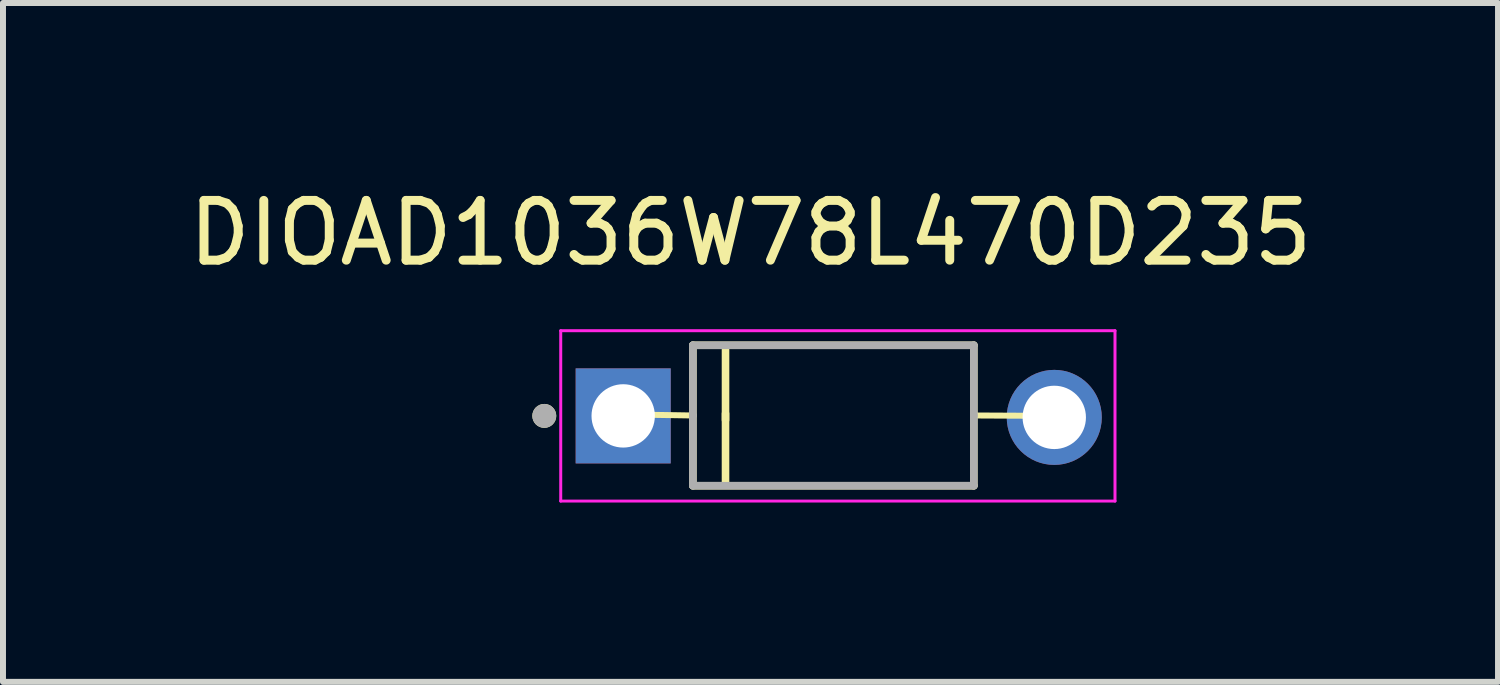
<source format=kicad_pcb>
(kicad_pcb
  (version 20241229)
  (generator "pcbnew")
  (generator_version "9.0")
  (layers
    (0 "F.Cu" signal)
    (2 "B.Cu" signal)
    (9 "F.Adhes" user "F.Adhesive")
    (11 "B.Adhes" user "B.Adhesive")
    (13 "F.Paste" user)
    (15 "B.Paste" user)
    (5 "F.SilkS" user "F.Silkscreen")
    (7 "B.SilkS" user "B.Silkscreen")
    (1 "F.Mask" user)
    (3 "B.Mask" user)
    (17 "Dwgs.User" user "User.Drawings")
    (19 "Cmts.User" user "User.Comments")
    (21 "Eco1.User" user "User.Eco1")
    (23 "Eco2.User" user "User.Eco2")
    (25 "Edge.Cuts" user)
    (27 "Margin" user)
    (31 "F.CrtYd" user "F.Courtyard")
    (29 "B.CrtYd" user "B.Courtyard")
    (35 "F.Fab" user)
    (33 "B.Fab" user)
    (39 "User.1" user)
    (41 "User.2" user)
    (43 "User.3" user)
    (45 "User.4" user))
  (footprint "DIOAD1036W78L470D235"
    (layer "F.Cu")
    (at 12.556 3.908)
    (property "Reference" "DIOAD1036W78L470D235" (at -3.05 -3.06 0) (layer "F.SilkS") (effects (font (size 1 1) (thickness 0.15))))
    (attr through_hole)
    (fp_line (start -4.014 -1.182) (end -4.014 -0.007) (stroke (width 0.127) (type solid)) (layer "F.SilkS"))
    (fp_line (start -4.014 -0.007) (end -5.156 -0.025) (stroke (width 0.1) (type default)) (layer "F.SilkS"))
    (fp_line (start -4.014 -0.007) (end -4.014 1.168) (stroke (width 0.127) (type solid)) (layer "F.SilkS"))
    (fp_line (start -4.014 1.168) (end 0.686 1.168) (stroke (width 0.127) (type solid)) (layer "F.SilkS"))
    (fp_line (start -3.468 -1.105) (end -3.468 0.07) (stroke (width 0.127) (type solid)) (layer "F.SilkS"))
    (fp_line (start -3.468 -0.039) (end -3.468 1.136) (stroke (width 0.127) (type solid)) (layer "F.SilkS"))
    (fp_line (start 0.686 -1.182) (end -4.014 -1.182) (stroke (width 0.127) (type solid)) (layer "F.SilkS"))
    (fp_line (start 0.686 -0.007) (end 0.686 -1.182) (stroke (width 0.127) (type solid)) (layer "F.SilkS"))
    (fp_line (start 0.686 -0.007) (end 2.083 0) (stroke (width 0.1) (type default)) (layer "F.SilkS"))
    (fp_line (start 0.686 1.168) (end 0.686 -0.007) (stroke (width 0.127) (type solid)) (layer "F.SilkS"))
    (fp_circle (center -6.5 0) (end -6.4 0) (stroke (width 0.2) (type solid)) (fill no) (layer "F.SilkS"))
    (fp_line (start -6.225 -1.425) (end -6.225 1.425) (stroke (width 0.05) (type solid)) (layer "F.CrtYd"))
    (fp_line (start -6.225 1.425) (end 3.048 1.425) (stroke (width 0.05) (type solid)) (layer "F.CrtYd"))
    (fp_line (start 3.048 -1.425) (end -6.225 -1.425) (stroke (width 0.05) (type solid)) (layer "F.CrtYd"))
    (fp_line (start 3.048 1.425) (end 3.048 -1.425) (stroke (width 0.05) (type solid)) (layer "F.CrtYd"))
    (fp_line (start -4.014 -1.182) (end -4.014 -0.007) (stroke (width 0.127) (type solid)) (layer "F.Fab"))
    (fp_line (start -4.014 -0.007) (end -4.014 1.168) (stroke (width 0.127) (type solid)) (layer "F.Fab"))
    (fp_line (start -4.014 1.168) (end 0.686 1.168) (stroke (width 0.127) (type solid)) (layer "F.Fab"))
    (fp_line (start 0.686 -1.182) (end -4.014 -1.182) (stroke (width 0.127) (type solid)) (layer "F.Fab"))
    (fp_line (start 0.686 -0.007) (end 0.686 -1.182) (stroke (width 0.127) (type solid)) (layer "F.Fab"))
    (fp_line (start 0.686 1.168) (end 0.686 -0.007) (stroke (width 0.127) (type solid)) (layer "F.Fab"))
    (fp_circle (center -6.5 0) (end -6.4 0) (stroke (width 0.2) (type solid)) (fill no) (layer "F.Fab"))
    (pad "1" thru_hole rect (at -5.18 0) (size 1.59 1.59) (drill 1.06) (layers "*.Cu" "*.Mask"))
    (pad "2" thru_hole circle (at 2.032 0.025) (size 1.59 1.59) (drill 1.06) (layers "*.Cu" "*.Mask")))
  (gr_rect
    (start -3 -3)
    (end 22.012 8.358)
    (stroke (width 0.1) (type default))
    (fill no)
    (layer "Edge.Cuts")))
</source>
